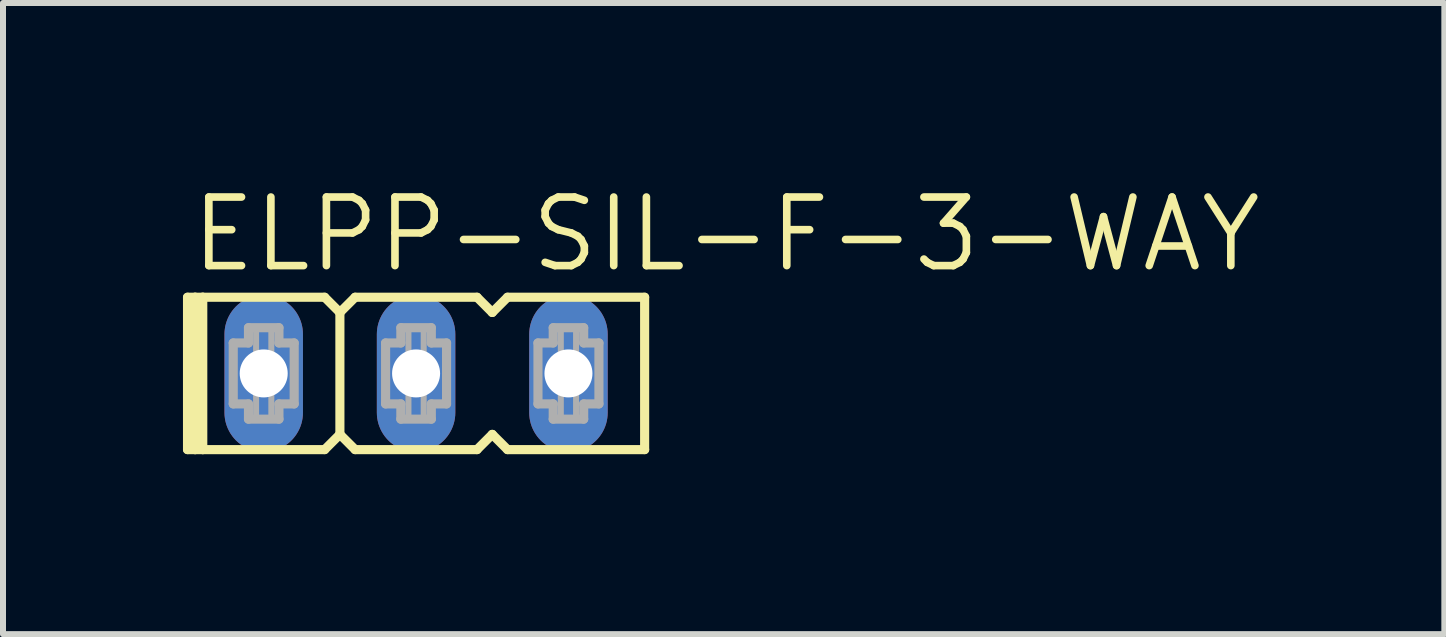
<source format=kicad_pcb>
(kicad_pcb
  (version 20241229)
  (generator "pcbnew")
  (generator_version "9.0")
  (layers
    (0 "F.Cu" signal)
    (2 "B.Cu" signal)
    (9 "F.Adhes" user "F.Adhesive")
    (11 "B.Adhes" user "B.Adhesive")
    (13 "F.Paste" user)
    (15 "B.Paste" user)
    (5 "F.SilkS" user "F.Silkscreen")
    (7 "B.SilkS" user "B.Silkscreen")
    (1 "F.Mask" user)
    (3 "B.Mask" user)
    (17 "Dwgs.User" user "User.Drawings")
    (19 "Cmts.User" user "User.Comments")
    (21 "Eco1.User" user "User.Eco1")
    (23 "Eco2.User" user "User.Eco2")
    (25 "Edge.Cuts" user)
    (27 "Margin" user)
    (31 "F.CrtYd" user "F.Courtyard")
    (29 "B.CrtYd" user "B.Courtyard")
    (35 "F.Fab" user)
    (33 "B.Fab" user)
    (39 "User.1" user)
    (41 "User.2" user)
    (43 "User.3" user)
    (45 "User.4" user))
  (footprint "ELPP-SIL-F-3-WAY"
    (layer "F.Cu")
    (at 3.886 3.175)
    (property "Reference" "ELPP-SIL-F-3-WAY" (at -3.81 -1.651 0) (unlocked yes) (layer "F.SilkS") (effects (font (size 1.143 1.143) (thickness 0.127)) (justify left bottom)))
    (fp_line (start -3.81 -1.27) (end -3.81 1.27) (stroke (width 0.152) (type solid)) (layer "F.SilkS"))
    (fp_line (start -3.81 1.27) (end -3.683 1.27) (stroke (width 0.152) (type solid)) (layer "F.SilkS"))
    (fp_line (start -3.683 -1.27) (end -3.81 -1.27) (stroke (width 0.152) (type solid)) (layer "F.SilkS"))
    (fp_line (start -3.683 -1.27) (end -3.683 1.27) (stroke (width 0.152) (type solid)) (layer "F.SilkS"))
    (fp_line (start -3.683 1.27) (end -3.556 1.27) (stroke (width 0.152) (type solid)) (layer "F.SilkS"))
    (fp_line (start -3.556 -1.27) (end -3.683 -1.27) (stroke (width 0.152) (type solid)) (layer "F.SilkS"))
    (fp_line (start -3.556 -1.27) (end -3.556 1.27) (stroke (width 0.152) (type solid)) (layer "F.SilkS"))
    (fp_line (start -3.556 1.27) (end -1.524 1.27) (stroke (width 0.152) (type solid)) (layer "F.SilkS"))
    (fp_line (start -1.524 -1.27) (end -3.556 -1.27) (stroke (width 0.152) (type solid)) (layer "F.SilkS"))
    (fp_line (start -1.524 1.27) (end -1.27 1.016) (stroke (width 0.152) (type solid)) (layer "F.SilkS"))
    (fp_line (start -1.27 -1.016) (end -1.524 -1.27) (stroke (width 0.152) (type solid)) (layer "F.SilkS"))
    (fp_line (start -1.27 -1.016) (end -1.27 1.016) (stroke (width 0.152) (type solid)) (layer "F.SilkS"))
    (fp_line (start -1.27 1.016) (end -1.016 1.27) (stroke (width 0.152) (type solid)) (layer "F.SilkS"))
    (fp_line (start -1.016 -1.27) (end -1.27 -1.016) (stroke (width 0.152) (type solid)) (layer "F.SilkS"))
    (fp_line (start -1.016 1.27) (end 1.016 1.27) (stroke (width 0.152) (type solid)) (layer "F.SilkS"))
    (fp_line (start 1.016 -1.27) (end -1.016 -1.27) (stroke (width 0.152) (type solid)) (layer "F.SilkS"))
    (fp_line (start 1.016 1.27) (end 1.27 1.016) (stroke (width 0.152) (type solid)) (layer "F.SilkS"))
    (fp_line (start 1.27 -1.016) (end 1.016 -1.27) (stroke (width 0.152) (type solid)) (layer "F.SilkS"))
    (fp_line (start 1.27 1.016) (end 1.524 1.27) (stroke (width 0.152) (type solid)) (layer "F.SilkS"))
    (fp_line (start 1.524 -1.27) (end 1.27 -1.016) (stroke (width 0.152) (type solid)) (layer "F.SilkS"))
    (fp_line (start 1.524 1.27) (end 3.81 1.27) (stroke (width 0.152) (type solid)) (layer "F.SilkS"))
    (fp_line (start 3.81 -1.27) (end 1.524 -1.27) (stroke (width 0.152) (type solid)) (layer "F.SilkS"))
    (fp_line (start 3.81 1.27) (end 3.81 -1.27) (stroke (width 0.152) (type solid)) (layer "F.SilkS"))
    (fp_line (start -3.048 -0.508) (end -3.048 0.508) (stroke (width 0.152) (type solid)) (layer "F.Fab"))
    (fp_line (start -3.048 0.508) (end -2.794 0.508) (stroke (width 0.152) (type solid)) (layer "F.Fab"))
    (fp_line (start -2.794 -0.762) (end -2.794 -0.508) (stroke (width 0.152) (type solid)) (layer "F.Fab"))
    (fp_line (start -2.794 -0.508) (end -3.048 -0.508) (stroke (width 0.152) (type solid)) (layer "F.Fab"))
    (fp_line (start -2.794 0.508) (end -2.794 0.762) (stroke (width 0.152) (type solid)) (layer "F.Fab"))
    (fp_line (start -2.794 0.762) (end -2.286 0.762) (stroke (width 0.152) (type solid)) (layer "F.Fab"))
    (fp_line (start -2.286 -0.762) (end -2.794 -0.762) (stroke (width 0.152) (type solid)) (layer "F.Fab"))
    (fp_line (start -2.286 -0.508) (end -2.286 -0.762) (stroke (width 0.152) (type solid)) (layer "F.Fab"))
    (fp_line (start -2.286 0.508) (end -2.032 0.508) (stroke (width 0.152) (type solid)) (layer "F.Fab"))
    (fp_line (start -2.286 0.762) (end -2.286 0.508) (stroke (width 0.152) (type solid)) (layer "F.Fab"))
    (fp_line (start -2.032 -0.508) (end -2.286 -0.508) (stroke (width 0.152) (type solid)) (layer "F.Fab"))
    (fp_line (start -2.032 0.508) (end -2.032 -0.508) (stroke (width 0.152) (type solid)) (layer "F.Fab"))
    (fp_line (start -0.508 -0.508) (end -0.508 0.508) (stroke (width 0.152) (type solid)) (layer "F.Fab"))
    (fp_line (start -0.508 0.508) (end -0.254 0.508) (stroke (width 0.152) (type solid)) (layer "F.Fab"))
    (fp_line (start -0.254 -0.762) (end -0.254 -0.508) (stroke (width 0.152) (type solid)) (layer "F.Fab"))
    (fp_line (start -0.254 -0.508) (end -0.508 -0.508) (stroke (width 0.152) (type solid)) (layer "F.Fab"))
    (fp_line (start -0.254 0.508) (end -0.254 0.762) (stroke (width 0.152) (type solid)) (layer "F.Fab"))
    (fp_line (start -0.254 0.762) (end 0.254 0.762) (stroke (width 0.152) (type solid)) (layer "F.Fab"))
    (fp_line (start 0.254 -0.762) (end -0.254 -0.762) (stroke (width 0.152) (type solid)) (layer "F.Fab"))
    (fp_line (start 0.254 -0.508) (end 0.254 -0.762) (stroke (width 0.152) (type solid)) (layer "F.Fab"))
    (fp_line (start 0.254 0.508) (end 0.508 0.508) (stroke (width 0.152) (type solid)) (layer "F.Fab"))
    (fp_line (start 0.254 0.762) (end 0.254 0.508) (stroke (width 0.152) (type solid)) (layer "F.Fab"))
    (fp_line (start 0.508 -0.508) (end 0.254 -0.508) (stroke (width 0.152) (type solid)) (layer "F.Fab"))
    (fp_line (start 0.508 0.508) (end 0.508 -0.508) (stroke (width 0.152) (type solid)) (layer "F.Fab"))
    (fp_line (start 2.032 -0.508) (end 2.032 0.508) (stroke (width 0.152) (type solid)) (layer "F.Fab"))
    (fp_line (start 2.032 0.508) (end 2.286 0.508) (stroke (width 0.152) (type solid)) (layer "F.Fab"))
    (fp_line (start 2.286 -0.762) (end 2.286 -0.508) (stroke (width 0.152) (type solid)) (layer "F.Fab"))
    (fp_line (start 2.286 -0.508) (end 2.032 -0.508) (stroke (width 0.152) (type solid)) (layer "F.Fab"))
    (fp_line (start 2.286 0.508) (end 2.286 0.762) (stroke (width 0.152) (type solid)) (layer "F.Fab"))
    (fp_line (start 2.286 0.762) (end 2.794 0.762) (stroke (width 0.152) (type solid)) (layer "F.Fab"))
    (fp_line (start 2.794 -0.762) (end 2.286 -0.762) (stroke (width 0.152) (type solid)) (layer "F.Fab"))
    (fp_line (start 2.794 -0.508) (end 2.794 -0.762) (stroke (width 0.152) (type solid)) (layer "F.Fab"))
    (fp_line (start 2.794 0.508) (end 3.048 0.508) (stroke (width 0.152) (type solid)) (layer "F.Fab"))
    (fp_line (start 2.794 0.762) (end 2.794 0.508) (stroke (width 0.152) (type solid)) (layer "F.Fab"))
    (fp_line (start 3.048 -0.508) (end 2.794 -0.508) (stroke (width 0.152) (type solid)) (layer "F.Fab"))
    (fp_line (start 3.048 0.508) (end 3.048 -0.508) (stroke (width 0.152) (type solid)) (layer "F.Fab"))
    (fp_poly (pts (xy -2.667 -0.254) (xy -2.413 -0.254) (xy -2.413 -0.762) (xy -2.667 -0.762)) (stroke (width 0.1) (type default)) (fill no) (layer "F.Fab"))
    (fp_poly (pts (xy -2.667 0.762) (xy -2.413 0.762) (xy -2.413 0.254) (xy -2.667 0.254)) (stroke (width 0.1) (type default)) (fill no) (layer "F.Fab"))
    (fp_poly (pts (xy -0.127 -0.254) (xy 0.127 -0.254) (xy 0.127 -0.762) (xy -0.127 -0.762)) (stroke (width 0.1) (type default)) (fill no) (layer "F.Fab"))
    (fp_poly (pts (xy -0.127 0.762) (xy 0.127 0.762) (xy 0.127 0.254) (xy -0.127 0.254)) (stroke (width 0.1) (type default)) (fill no) (layer "F.Fab"))
    (fp_poly (pts (xy 2.413 -0.254) (xy 2.667 -0.254) (xy 2.667 -0.762) (xy 2.413 -0.762)) (stroke (width 0.1) (type default)) (fill no) (layer "F.Fab"))
    (fp_poly (pts (xy 2.413 0.762) (xy 2.667 0.762) (xy 2.667 0.254) (xy 2.413 0.254)) (stroke (width 0.1) (type default)) (fill no) (layer "F.Fab"))
    (pad "1" thru_hole oval (at -2.54 0 90) (size 2.616 1.308) (drill 0.8) (layers "*.Cu" "*.Mask"))
    (pad "2" thru_hole oval (at 0 0 90) (size 2.616 1.308) (drill 0.8) (layers "*.Cu" "*.Mask"))
    (pad "3" thru_hole oval (at 2.54 0 90) (size 2.616 1.308) (drill 0.8) (layers "*.Cu" "*.Mask")))
  (gr_rect
    (start -3 -3)
    (end 21.027 7.521)
    (stroke (width 0.1) (type default))
    (fill no)
    (layer "Edge.Cuts")))
</source>
